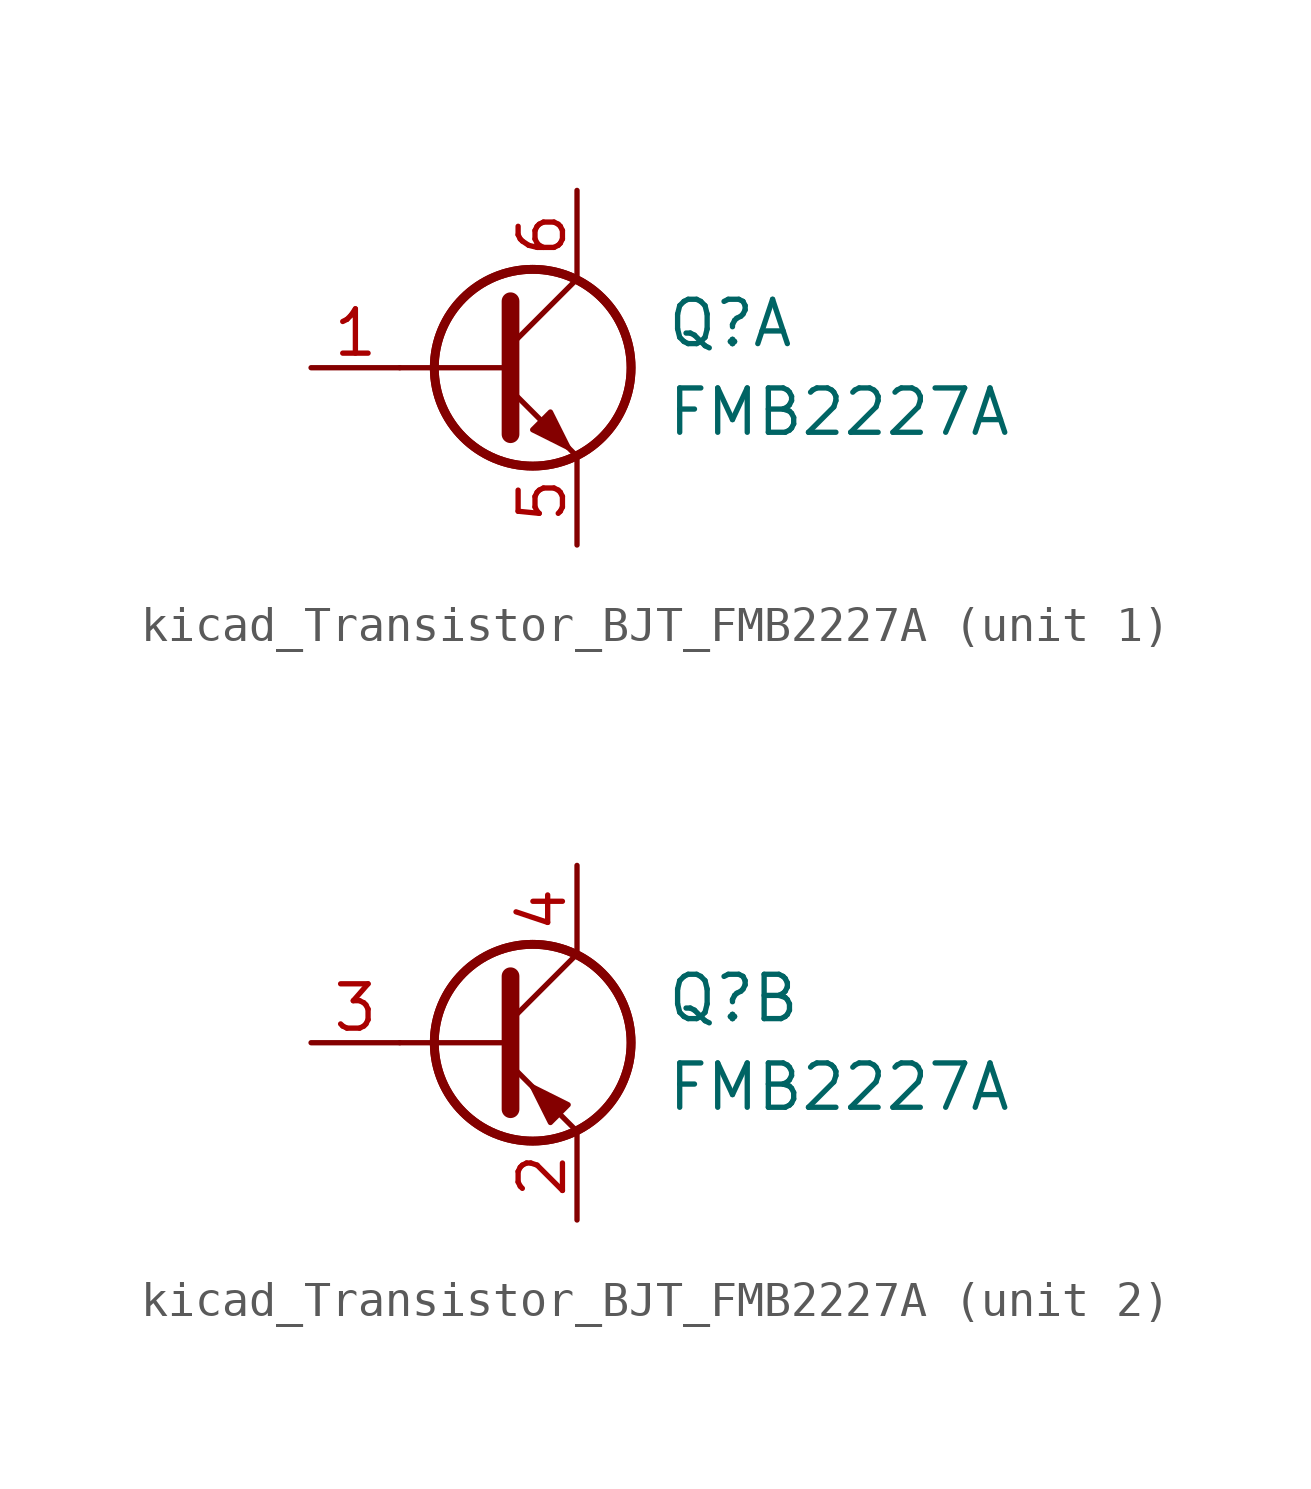
<source format=kicad_sym>
(kicad_symbol_lib
  (version 20220914)
  (generator kicad_symbol_editor)
  (symbol "kicad_Transistor_BJT_FMB2227A"
    (pin_names
      (offset 0) hide)
    (property "Reference" "Q"
      (at 5.08 1.27 0)
      (effects (font (size 1.27 1.27)) (justify left)))
    (property "Value" "FMB2227A"
      (at 5.08 -1.27 0)
      (effects (font (size 1.27 1.27)) (justify left)))
    (property "ki_locked" ""
      (at 0 0 0)
      (effects (font (size 1.27 1.27))))
    (symbol "kicad_Transistor_BJT_FMB2227A_0_1"
      (polyline (pts (xy 0.635 0) (xy -2.54 0)) (stroke (width 0) (type default)) (fill (type none)))
      (circle (center 1.27 0) (radius 2.819) (stroke (width 0.254) (type default)) (fill (type none)))
      (circle (center 1.27 0) (radius 2.819) (stroke (width 0.254) (type default)) (fill (type none))))
    (symbol "kicad_Transistor_BJT_FMB2227A_1_1"
      (polyline (pts (xy 0.635 0.635) (xy 2.54 2.54)) (stroke (width 0) (type default)) (fill (type none)))
      (polyline (pts (xy 0.635 -0.635) (xy 2.54 -2.54) (xy 2.54 -2.54)) (stroke (width 0) (type default)) (fill (type none)))
      (polyline (pts (xy 0.635 1.905) (xy 0.635 -1.905) (xy 0.635 -1.905)) (stroke (width 0.508) (type default)) (fill (type none)))
      (polyline (pts (xy 1.27 -1.778) (xy 1.778 -1.27) (xy 2.286 -2.286) (xy 1.27 -1.778) (xy 1.27 -1.778)) (stroke (width 0) (type default)) (fill (type outline)))
      (pin input line (at -5.08 0 0) (length 2.54) (name "B1" (effects (font (size 1.27 1.27)))) (number "1" (effects (font (size 1.27 1.27)))))
      (pin passive line (at 2.54 -5.08 90) (length 2.54) (name "E1" (effects (font (size 1.27 1.27)))) (number "5" (effects (font (size 1.27 1.27)))))
      (pin passive line (at 2.54 5.08 270) (length 2.54) (name "C1" (effects (font (size 1.27 1.27)))) (number "6" (effects (font (size 1.27 1.27))))))
    (symbol "kicad_Transistor_BJT_FMB2227A_2_1"
      (polyline (pts (xy 0.635 0.635) (xy 2.54 2.54)) (stroke (width 0) (type default)) (fill (type none)))
      (polyline (pts (xy 0.635 -0.635) (xy 2.54 -2.54) (xy 2.54 -2.54)) (stroke (width 0) (type default)) (fill (type none)))
      (polyline (pts (xy 0.635 1.905) (xy 0.635 -1.905) (xy 0.635 -1.905)) (stroke (width 0.508) (type default)) (fill (type none)))
      (polyline (pts (xy 2.286 -1.778) (xy 1.778 -2.286) (xy 1.27 -1.27) (xy 2.286 -1.778) (xy 2.286 -1.778)) (stroke (width 0) (type default)) (fill (type outline)))
      (pin passive line (at 2.54 -5.08 90) (length 2.54) (name "E2" (effects (font (size 1.27 1.27)))) (number "2" (effects (font (size 1.27 1.27)))))
      (pin input line (at -5.08 0 0) (length 2.54) (name "B2" (effects (font (size 1.27 1.27)))) (number "3" (effects (font (size 1.27 1.27)))))
      (pin passive line (at 2.54 5.08 270) (length 2.54) (name "C2" (effects (font (size 1.27 1.27)))) (number "4" (effects (font (size 1.27 1.27))))))))
</source>
